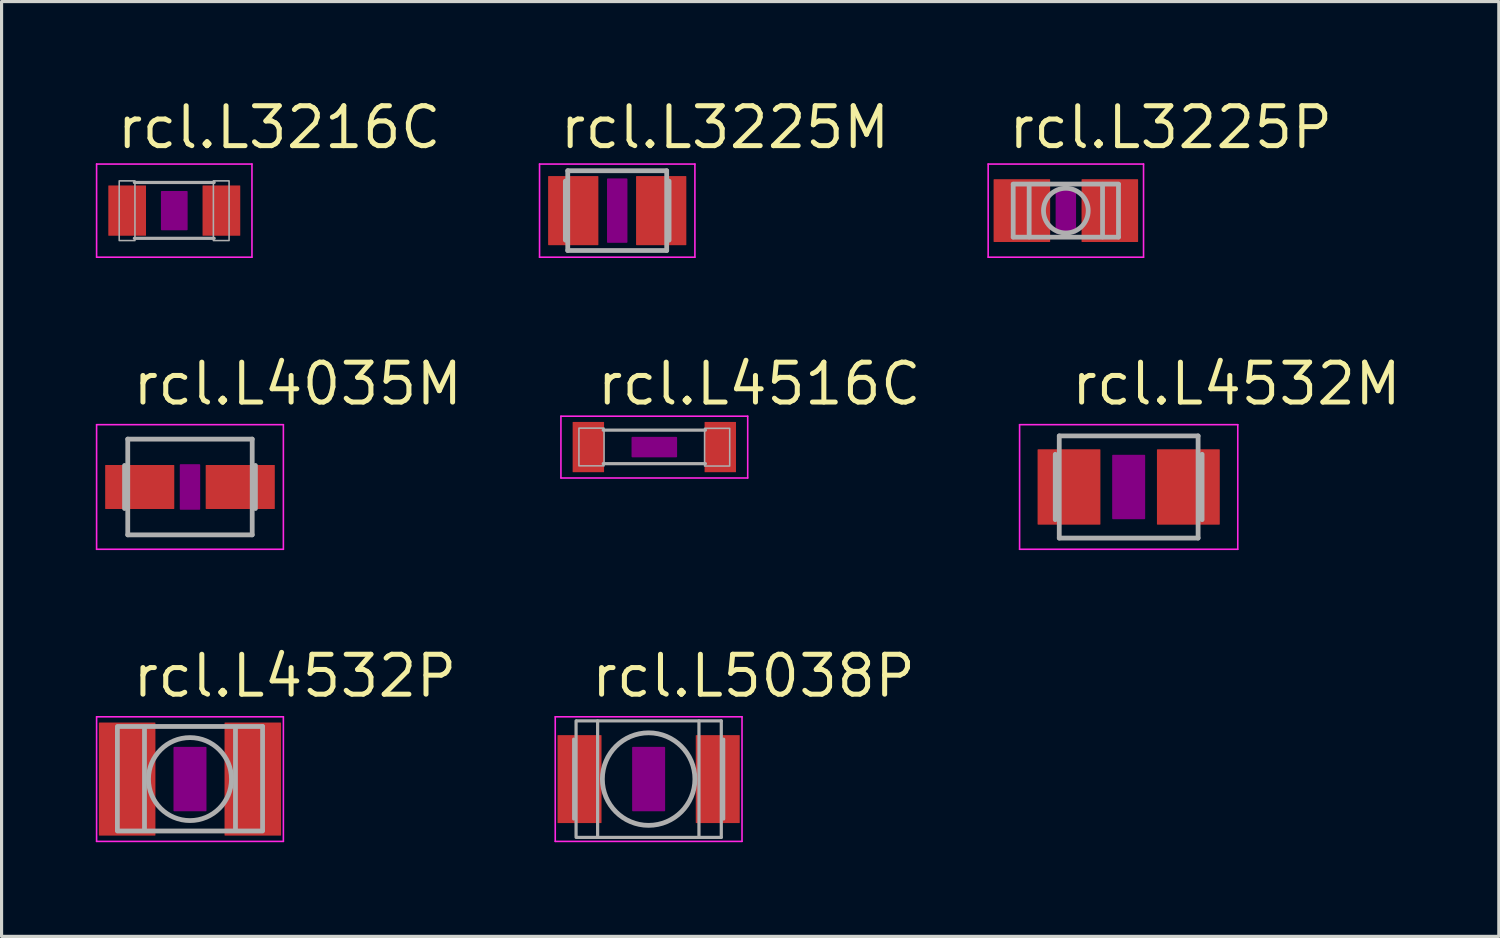
<source format=kicad_pcb>
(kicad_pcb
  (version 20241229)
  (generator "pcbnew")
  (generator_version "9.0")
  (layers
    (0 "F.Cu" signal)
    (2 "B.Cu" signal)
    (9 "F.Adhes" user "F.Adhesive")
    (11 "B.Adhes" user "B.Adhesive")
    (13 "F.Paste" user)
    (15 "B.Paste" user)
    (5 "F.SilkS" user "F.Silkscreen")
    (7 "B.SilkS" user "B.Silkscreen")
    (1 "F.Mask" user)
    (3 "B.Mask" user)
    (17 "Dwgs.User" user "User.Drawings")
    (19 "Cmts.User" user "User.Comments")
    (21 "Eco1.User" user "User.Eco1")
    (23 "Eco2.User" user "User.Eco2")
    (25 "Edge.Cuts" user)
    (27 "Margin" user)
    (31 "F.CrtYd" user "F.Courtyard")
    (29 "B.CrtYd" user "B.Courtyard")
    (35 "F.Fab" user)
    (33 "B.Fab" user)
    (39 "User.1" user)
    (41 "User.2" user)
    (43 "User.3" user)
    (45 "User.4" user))
  (footprint "rcl.L4532P"
    (layer "F.Cu")
    (at 2.998 21.752)
    (property "Reference" "rcl.L4532P" (at -1.905 -2.54 0) (layer "F.SilkS") (effects (font (size 1.27 1.27) (thickness 0.16)) (justify left bottom)))
    (attr smd)
    (fp_rect (start -0.5 1) (end 0.5 -1) (stroke (width 0.05) (type default)) (fill yes) (layer "F.Adhes"))
    (fp_line (start -2.973 -1.983) (end 2.973 -1.983) (stroke (width 0.051) (type default)) (layer "F.CrtYd"))
    (fp_line (start -2.973 1.983) (end -2.973 -1.983) (stroke (width 0.051) (type default)) (layer "F.CrtYd"))
    (fp_line (start 2.973 -1.983) (end 2.973 1.983) (stroke (width 0.051) (type default)) (layer "F.CrtYd"))
    (fp_line (start 2.973 1.983) (end -2.973 1.983) (stroke (width 0.051) (type default)) (layer "F.CrtYd"))
    (fp_line (start -2.311 -1.675) (end 2.311 -1.675) (stroke (width 0.152) (type default)) (layer "F.Fab"))
    (fp_line (start -2.311 -1.626) (end -2.311 1.626) (stroke (width 0.152) (type default)) (layer "F.Fab"))
    (fp_line (start -2.311 1.653) (end 2.311 1.653) (stroke (width 0.152) (type default)) (layer "F.Fab"))
    (fp_line (start -1.448 -1.651) (end -1.448 1.626) (stroke (width 0.152) (type default)) (layer "F.Fab"))
    (fp_line (start 1.448 -1.626) (end 1.448 1.626) (stroke (width 0.152) (type default)) (layer "F.Fab"))
    (fp_line (start 2.311 -1.675) (end 2.311 1.626) (stroke (width 0.152) (type default)) (layer "F.Fab"))
    (fp_circle (center 0 0) (end 1.321 0) (stroke (width 0.152) (type default)) (fill no) (layer "F.Fab"))
    (pad "1" smd roundrect (at -2 0) (size 1.8 3.6) (layers "F.Cu" "F.Mask" "F.Paste") (roundrect_rratio 0.01))
    (pad "2" smd roundrect (at 2 0) (size 1.8 3.6) (layers "F.Cu" "F.Mask" "F.Paste") (roundrect_rratio 0.01)))
  (footprint "rcl.L3225P"
    (layer "F.Cu")
    (at 30.881 3.655)
    (property "Reference" "rcl.L3225P" (at -1.905 -1.905 0) (layer "F.SilkS") (effects (font (size 1.27 1.27) (thickness 0.16)) (justify left bottom)))
    (attr smd)
    (fp_rect (start -0.3 0.7) (end 0.3 -0.7) (stroke (width 0.05) (type default)) (fill yes) (layer "F.Adhes"))
    (fp_line (start -2.473 -1.483) (end 2.473 -1.483) (stroke (width 0.051) (type default)) (layer "F.CrtYd"))
    (fp_line (start -2.473 1.483) (end -2.473 -1.483) (stroke (width 0.051) (type default)) (layer "F.CrtYd"))
    (fp_line (start 2.473 -1.483) (end 2.473 1.483) (stroke (width 0.051) (type default)) (layer "F.CrtYd"))
    (fp_line (start 2.473 1.483) (end -2.473 1.483) (stroke (width 0.051) (type default)) (layer "F.CrtYd"))
    (fp_line (start -1.676 -0.845) (end 1.676 -0.845) (stroke (width 0.152) (type default)) (layer "F.Fab"))
    (fp_line (start -1.676 -0.838) (end -1.676 0.838) (stroke (width 0.152) (type default)) (layer "F.Fab"))
    (fp_line (start -1.168 -0.838) (end -1.168 0.838) (stroke (width 0.152) (type default)) (layer "F.Fab"))
    (fp_line (start 1.168 -0.838) (end 1.168 0.838) (stroke (width 0.152) (type default)) (layer "F.Fab"))
    (fp_line (start 1.676 -0.838) (end 1.676 0.838) (stroke (width 0.152) (type default)) (layer "F.Fab"))
    (fp_line (start 1.676 0.845) (end -1.676 0.845) (stroke (width 0.152) (type default)) (layer "F.Fab"))
    (fp_circle (center 0 0) (end 0.712 0) (stroke (width 0.152) (type default)) (fill no) (layer "F.Fab"))
    (pad "1" smd roundrect (at -1.4 0) (size 1.8 2) (layers "F.Cu" "F.Mask" "F.Paste") (roundrect_rratio 0.01))
    (pad "2" smd roundrect (at 1.4 0) (size 1.8 2) (layers "F.Cu" "F.Mask" "F.Paste") (roundrect_rratio 0.01)))
  (footprint "rcl.L4035M"
    (layer "F.Cu")
    (at 2.998 12.453)
    (property "Reference" "rcl.L4035M" (at -1.905 -2.54 0) (layer "F.SilkS") (effects (font (size 1.27 1.27) (thickness 0.16)) (justify left bottom)))
    (attr smd)
    (fp_rect (start -0.3 0.7) (end 0.3 -0.7) (stroke (width 0.05) (type default)) (fill yes) (layer "F.Adhes"))
    (fp_line (start -2.973 -1.983) (end 2.973 -1.983) (stroke (width 0.051) (type default)) (layer "F.CrtYd"))
    (fp_line (start -2.973 1.983) (end -2.973 -1.983) (stroke (width 0.051) (type default)) (layer "F.CrtYd"))
    (fp_line (start 2.973 -1.983) (end 2.973 1.983) (stroke (width 0.051) (type default)) (layer "F.CrtYd"))
    (fp_line (start 2.973 1.983) (end -2.973 1.983) (stroke (width 0.051) (type default)) (layer "F.CrtYd"))
    (fp_line (start -2.083 -0.686) (end -2.083 0.686) (stroke (width 0.152) (type default)) (layer "F.Fab"))
    (fp_line (start -1.981 -1.524) (end -1.981 1.524) (stroke (width 0.152) (type default)) (layer "F.Fab"))
    (fp_line (start -1.981 1.524) (end 1.981 1.524) (stroke (width 0.152) (type default)) (layer "F.Fab"))
    (fp_line (start 1.981 -1.524) (end -1.981 -1.524) (stroke (width 0.152) (type default)) (layer "F.Fab"))
    (fp_line (start 1.981 1.524) (end 1.981 -1.524) (stroke (width 0.152) (type default)) (layer "F.Fab"))
    (fp_line (start 2.083 -0.686) (end 2.083 0.686) (stroke (width 0.152) (type default)) (layer "F.Fab"))
    (pad "1" smd roundrect (at -1.6 0) (size 2.2 1.4) (layers "F.Cu" "F.Mask" "F.Paste") (roundrect_rratio 0.01))
    (pad "2" smd roundrect (at 1.6 0) (size 2.2 1.4) (layers "F.Cu" "F.Mask" "F.Paste") (roundrect_rratio 0.01)))
  (footprint "rcl.L4516C"
    (layer "F.Cu")
    (at 17.78 11.183)
    (property "Reference" "rcl.L4516C" (at -1.905 -1.27 0) (layer "F.SilkS") (effects (font (size 1.27 1.27) (thickness 0.16)) (justify left bottom)))
    (attr smd)
    (fp_rect (start -0.7 0.3) (end 0.7 -0.3) (stroke (width 0.05) (type default)) (fill yes) (layer "F.Adhes"))
    (fp_line (start -2.973 -0.983) (end 2.973 -0.983) (stroke (width 0.051) (type default)) (layer "F.CrtYd"))
    (fp_line (start -2.973 0.983) (end -2.973 -0.983) (stroke (width 0.051) (type default)) (layer "F.CrtYd"))
    (fp_line (start 2.973 -0.983) (end 2.973 0.983) (stroke (width 0.051) (type default)) (layer "F.CrtYd"))
    (fp_line (start 2.973 0.983) (end -2.973 0.983) (stroke (width 0.051) (type default)) (layer "F.CrtYd"))
    (fp_line (start -1.626 -0.54) (end 1.626 -0.54) (stroke (width 0.102) (type default)) (layer "F.Fab"))
    (fp_line (start -1.626 0.527) (end 1.626 0.527) (stroke (width 0.102) (type default)) (layer "F.Fab"))
    (fp_rect (start -2.4 0.597) (end -1.6 -0.603) (stroke (width 0.05) (type default)) (fill no) (layer "F.Fab"))
    (fp_rect (start 1.6 0.603) (end 2.4 -0.597) (stroke (width 0.05) (type default)) (fill no) (layer "F.Fab"))
    (pad "1" smd roundrect (at -2.1 0) (size 1 1.6) (layers "F.Cu" "F.Mask" "F.Paste") (roundrect_rratio 0.01))
    (pad "2" smd roundrect (at 2.1 0) (size 1 1.6) (layers "F.Cu" "F.Mask" "F.Paste") (roundrect_rratio 0.01)))
  (footprint "rcl.L3216C"
    (layer "F.Cu")
    (at 2.498 3.655)
    (property "Reference" "rcl.L3216C" (at -1.905 -1.905 0) (layer "F.SilkS") (effects (font (size 1.27 1.27) (thickness 0.16)) (justify left bottom)))
    (attr smd)
    (fp_rect (start -0.4 0.6) (end 0.4 -0.6) (stroke (width 0.05) (type default)) (fill yes) (layer "F.Adhes"))
    (fp_line (start -2.473 -1.483) (end 2.473 -1.483) (stroke (width 0.051) (type default)) (layer "F.CrtYd"))
    (fp_line (start -2.473 1.483) (end -2.473 -1.483) (stroke (width 0.051) (type default)) (layer "F.CrtYd"))
    (fp_line (start 2.473 -1.483) (end 2.473 1.483) (stroke (width 0.051) (type default)) (layer "F.CrtYd"))
    (fp_line (start 2.473 1.483) (end -2.473 1.483) (stroke (width 0.051) (type default)) (layer "F.CrtYd"))
    (fp_line (start -1.27 -0.896) (end 1.27 -0.896) (stroke (width 0.102) (type default)) (layer "F.Fab"))
    (fp_line (start -1.27 0.883) (end 1.27 0.883) (stroke (width 0.102) (type default)) (layer "F.Fab"))
    (fp_rect (start -1.753 0.953) (end -1.252 -0.947) (stroke (width 0.05) (type default)) (fill no) (layer "F.Fab"))
    (fp_rect (start 1.245 0.953) (end 1.745 -0.947) (stroke (width 0.05) (type default)) (fill no) (layer "F.Fab"))
    (pad "1" smd roundrect (at -1.5 0) (size 1.2 1.6) (layers "F.Cu" "F.Mask" "F.Paste") (roundrect_rratio 0.01))
    (pad "2" smd roundrect (at 1.5 0) (size 1.2 1.6) (layers "F.Cu" "F.Mask" "F.Paste") (roundrect_rratio 0.01)))
  (footprint "rcl.L3225M"
    (layer "F.Cu")
    (at 16.599 3.655)
    (property "Reference" "rcl.L3225M" (at -1.905 -1.905 0) (layer "F.SilkS") (effects (font (size 1.27 1.27) (thickness 0.16)) (justify left bottom)))
    (attr smd)
    (fp_rect (start -0.3 1) (end 0.3 -1) (stroke (width 0.05) (type default)) (fill yes) (layer "F.Adhes"))
    (fp_line (start -2.473 -1.483) (end 2.473 -1.483) (stroke (width 0.051) (type default)) (layer "F.CrtYd"))
    (fp_line (start -2.473 1.483) (end -2.473 -1.483) (stroke (width 0.051) (type default)) (layer "F.CrtYd"))
    (fp_line (start 2.473 -1.483) (end 2.473 1.483) (stroke (width 0.051) (type default)) (layer "F.CrtYd"))
    (fp_line (start 2.473 1.483) (end -2.473 1.483) (stroke (width 0.051) (type default)) (layer "F.CrtYd"))
    (fp_line (start -1.651 -0.94) (end -1.651 0.94) (stroke (width 0.152) (type default)) (layer "F.Fab"))
    (fp_line (start -1.575 -1.27) (end 1.575 -1.27) (stroke (width 0.152) (type default)) (layer "F.Fab"))
    (fp_line (start -1.575 1.27) (end -1.575 -1.27) (stroke (width 0.152) (type default)) (layer "F.Fab"))
    (fp_line (start 1.575 -1.27) (end 1.575 1.27) (stroke (width 0.152) (type default)) (layer "F.Fab"))
    (fp_line (start 1.575 1.27) (end -1.575 1.27) (stroke (width 0.152) (type default)) (layer "F.Fab"))
    (fp_line (start 1.651 -0.94) (end 1.651 0.94) (stroke (width 0.152) (type default)) (layer "F.Fab"))
    (pad "1" smd roundrect (at -1.4 0) (size 1.6 2.2) (layers "F.Cu" "F.Mask" "F.Paste") (roundrect_rratio 0.01))
    (pad "2" smd roundrect (at 1.4 0) (size 1.6 2.2) (layers "F.Cu" "F.Mask" "F.Paste") (roundrect_rratio 0.01)))
  (footprint "rcl.L5038P"
    (layer "F.Cu")
    (at 17.599 21.752)
    (property "Reference" "rcl.L5038P" (at -1.905 -2.54 0) (layer "F.SilkS") (effects (font (size 1.27 1.27) (thickness 0.16)) (justify left bottom)))
    (attr smd)
    (fp_rect (start -0.5 1) (end 0.5 -1) (stroke (width 0.05) (type default)) (fill yes) (layer "F.Adhes"))
    (fp_line (start -2.973 -1.983) (end 2.973 -1.983) (stroke (width 0.051) (type default)) (layer "F.CrtYd"))
    (fp_line (start -2.973 1.983) (end -2.973 -1.983) (stroke (width 0.051) (type default)) (layer "F.CrtYd"))
    (fp_line (start 2.973 -1.983) (end 2.973 1.983) (stroke (width 0.051) (type default)) (layer "F.CrtYd"))
    (fp_line (start 2.973 1.983) (end -2.973 1.983) (stroke (width 0.051) (type default)) (layer "F.CrtYd"))
    (fp_line (start -2.386 1.27) (end -2.386 -1.27) (stroke (width 0.102) (type default)) (layer "F.Fab"))
    (fp_line (start -2.31 1.854) (end -2.31 -1.854) (stroke (width 0.102) (type default)) (layer "F.Fab"))
    (fp_line (start -2.286 -1.853) (end 2.311 -1.853) (stroke (width 0.102) (type default)) (layer "F.Fab"))
    (fp_line (start -2.286 1.856) (end 2.311 1.856) (stroke (width 0.102) (type default)) (layer "F.Fab"))
    (fp_line (start -1.624 1.854) (end -1.624 -1.854) (stroke (width 0.102) (type default)) (layer "F.Fab"))
    (fp_line (start 1.602 1.854) (end 1.602 -1.854) (stroke (width 0.102) (type default)) (layer "F.Fab"))
    (fp_line (start 2.313 1.854) (end 2.313 -1.854) (stroke (width 0.102) (type default)) (layer "F.Fab"))
    (fp_line (start 2.389 1.27) (end 2.389 -1.27) (stroke (width 0.102) (type default)) (layer "F.Fab"))
    (fp_circle (center 0 0) (end 1.473 0) (stroke (width 0.152) (type default)) (fill no) (layer "F.Fab"))
    (pad "1" smd roundrect (at -2.2 0) (size 1.4 2.8) (layers "F.Cu" "F.Mask" "F.Paste") (roundrect_rratio 0.01))
    (pad "2" smd roundrect (at 2.2 0) (size 1.4 2.8) (layers "F.Cu" "F.Mask" "F.Paste") (roundrect_rratio 0.01)))
  (footprint "rcl.L4532M"
    (layer "F.Cu")
    (at 32.881 12.453)
    (property "Reference" "rcl.L4532M" (at -1.905 -2.54 0) (layer "F.SilkS") (effects (font (size 1.27 1.27) (thickness 0.16)) (justify left bottom)))
    (attr smd)
    (fp_rect (start -0.5 1) (end 0.5 -1) (stroke (width 0.05) (type default)) (fill yes) (layer "F.Adhes"))
    (fp_line (start -3.473 -1.983) (end 3.473 -1.983) (stroke (width 0.051) (type default)) (layer "F.CrtYd"))
    (fp_line (start -3.473 1.983) (end -3.473 -1.983) (stroke (width 0.051) (type default)) (layer "F.CrtYd"))
    (fp_line (start 3.473 -1.983) (end 3.473 1.983) (stroke (width 0.051) (type default)) (layer "F.CrtYd"))
    (fp_line (start 3.473 1.983) (end -3.473 1.983) (stroke (width 0.051) (type default)) (layer "F.CrtYd"))
    (fp_line (start -2.337 -1.041) (end -2.337 1.041) (stroke (width 0.152) (type default)) (layer "F.Fab"))
    (fp_line (start -2.21 -1.626) (end -2.21 1.626) (stroke (width 0.152) (type default)) (layer "F.Fab"))
    (fp_line (start -2.21 1.626) (end 2.21 1.626) (stroke (width 0.152) (type default)) (layer "F.Fab"))
    (fp_line (start 2.21 -1.626) (end -2.21 -1.626) (stroke (width 0.152) (type default)) (layer "F.Fab"))
    (fp_line (start 2.21 -1.626) (end 2.21 1.626) (stroke (width 0.152) (type default)) (layer "F.Fab"))
    (fp_line (start 2.337 -1.041) (end 2.337 1.041) (stroke (width 0.152) (type default)) (layer "F.Fab"))
    (pad "1" smd roundrect (at -1.9 0) (size 2 2.4) (layers "F.Cu" "F.Mask" "F.Paste") (roundrect_rratio 0.01))
    (pad "2" smd roundrect (at 1.9 0) (size 2 2.4) (layers "F.Cu" "F.Mask" "F.Paste") (roundrect_rratio 0.01)))
  (gr_rect
    (start -3 -3)
    (end 44.664 26.76)
    (stroke (width 0.1) (type default))
    (fill no)
    (layer "Edge.Cuts")))
</source>
